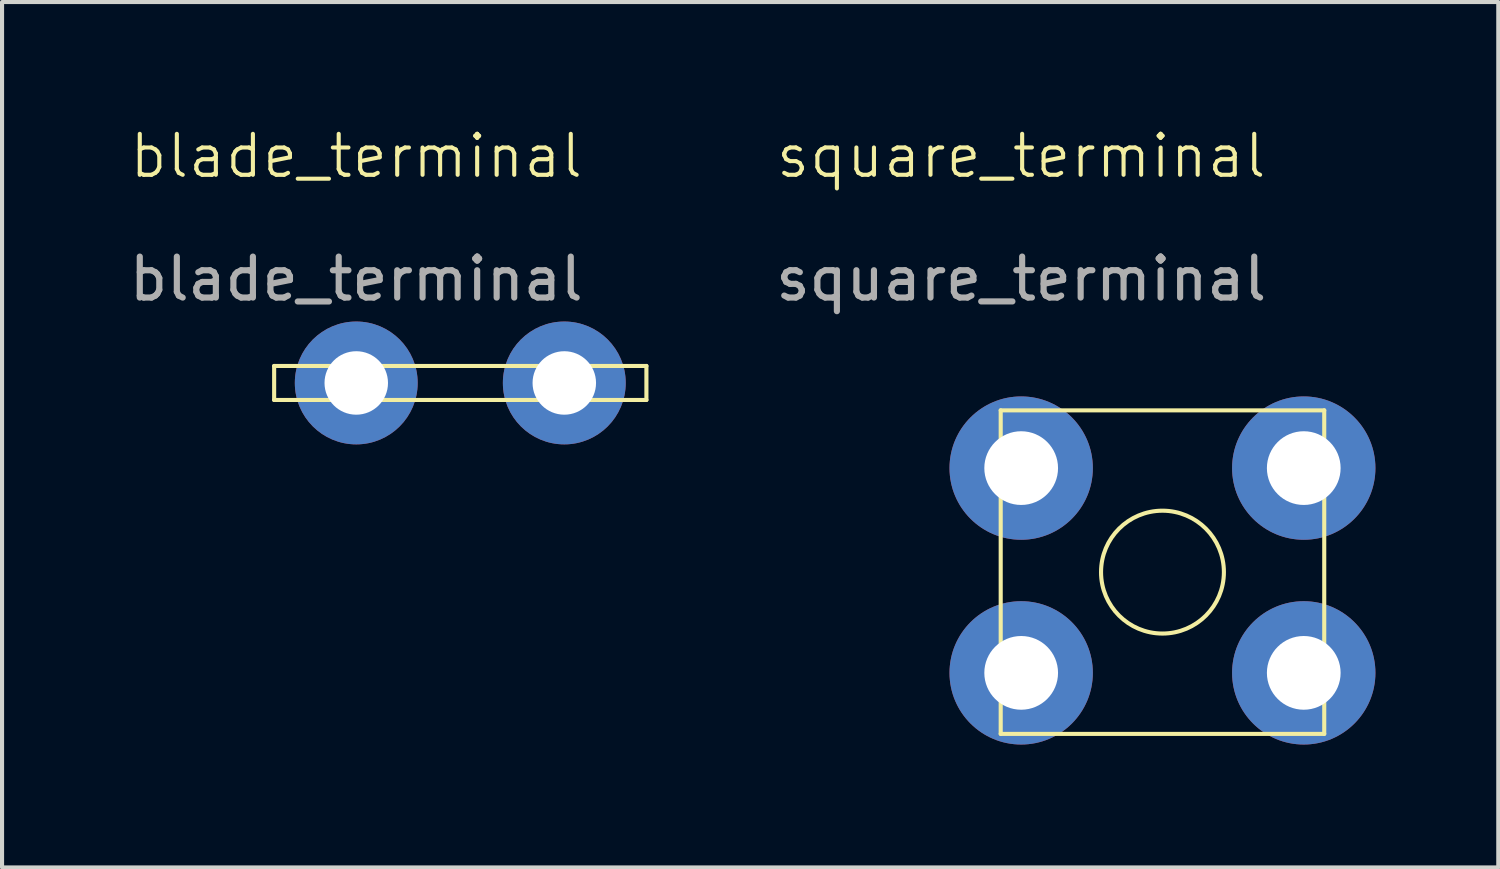
<source format=kicad_pcb>
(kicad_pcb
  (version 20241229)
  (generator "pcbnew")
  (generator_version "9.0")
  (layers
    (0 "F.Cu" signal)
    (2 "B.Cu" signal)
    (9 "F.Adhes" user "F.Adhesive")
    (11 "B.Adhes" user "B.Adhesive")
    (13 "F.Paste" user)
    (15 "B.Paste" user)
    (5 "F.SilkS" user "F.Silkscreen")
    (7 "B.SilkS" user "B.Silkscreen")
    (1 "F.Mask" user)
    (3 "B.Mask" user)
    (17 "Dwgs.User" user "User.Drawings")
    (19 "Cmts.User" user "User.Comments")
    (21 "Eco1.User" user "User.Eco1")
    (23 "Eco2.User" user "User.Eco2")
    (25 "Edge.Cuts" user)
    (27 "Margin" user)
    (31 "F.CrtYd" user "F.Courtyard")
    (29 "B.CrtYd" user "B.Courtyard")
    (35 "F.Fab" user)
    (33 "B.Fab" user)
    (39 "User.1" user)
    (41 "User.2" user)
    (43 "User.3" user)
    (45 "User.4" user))
  (footprint "square_terminal"
    (layer "F.Cu")
    (at 21.885 8.38)
    (property "Reference" "square_terminal" (at 0 -7.62 0) (unlocked yes) (layer "F.SilkS") (effects (font (size 1 1) (thickness 0.1))))
    (attr through_hole)
    (fp_line (start -0.5 -1.41) (end -0.5 6.49) (stroke (width 0.1) (type default)) (layer "F.SilkS"))
    (fp_line (start -0.5 -1.41) (end 7.4 -1.41) (stroke (width 0.1) (type default)) (layer "F.SilkS"))
    (fp_line (start -0.5 6.49) (end 7.4 6.49) (stroke (width 0.1) (type default)) (layer "F.SilkS"))
    (fp_line (start 7.4 -1.41) (end 7.4 6.49) (stroke (width 0.1) (type default)) (layer "F.SilkS"))
    (fp_circle (center 3.45 2.54) (end 4.95 2.54) (stroke (width 0.1) (type default)) (fill no) (layer "F.SilkS"))
    (fp_text user "${REFERENCE}" (at 0 -4.62 0) (unlocked yes) (layer "F.Fab") (effects (font (size 1 1) (thickness 0.15))))
    (pad "1" thru_hole circle (at 0 0) (size 3.5 3.5) (drill 1.8) (layers "*.Cu" "*.Mask"))
    (pad "1" thru_hole circle (at 0 5) (size 3.5 3.5) (drill 1.8) (layers "*.Cu" "*.Mask"))
    (pad "1" thru_hole circle (at 6.9 0) (size 3.5 3.5) (drill 1.8) (layers "*.Cu" "*.Mask"))
    (pad "1" thru_hole circle (at 6.9 5) (size 3.5 3.5) (drill 1.8) (layers "*.Cu" "*.Mask")))
  (footprint "blade_terminal"
    (layer "F.Cu")
    (at 5.649 6.301)
    (property "Reference" "blade_terminal" (at 0 -5.54 0) (unlocked yes) (layer "F.SilkS") (effects (font (size 1 1) (thickness 0.1))))
    (attr through_hole)
    (fp_line (start -2.005 -0.415) (end -2.005 0.415) (stroke (width 0.1) (type default)) (layer "F.SilkS"))
    (fp_line (start -2.005 -0.415) (end 7.085 -0.415) (stroke (width 0.1) (type default)) (layer "F.SilkS"))
    (fp_line (start -2.005 0.415) (end 7.085 0.415) (stroke (width 0.1) (type default)) (layer "F.SilkS"))
    (fp_line (start 7.085 -0.415) (end 7.085 0.415) (stroke (width 0.1) (type default)) (layer "F.SilkS"))
    (fp_text user "${REFERENCE}" (at 0 -2.54 0) (unlocked yes) (layer "F.Fab") (effects (font (size 1 1) (thickness 0.15))))
    (pad "1" thru_hole circle (at 0 0) (size 3 3) (drill 1.55) (layers "*.Cu" "*.Mask"))
    (pad "1" thru_hole circle (at 5.08 0) (size 3 3) (drill 1.55) (layers "*.Cu" "*.Mask")))
  (gr_rect
    (start -3 -3)
    (end 33.535 18.131)
    (stroke (width 0.1) (type default))
    (fill no)
    (layer "Edge.Cuts")))
</source>
